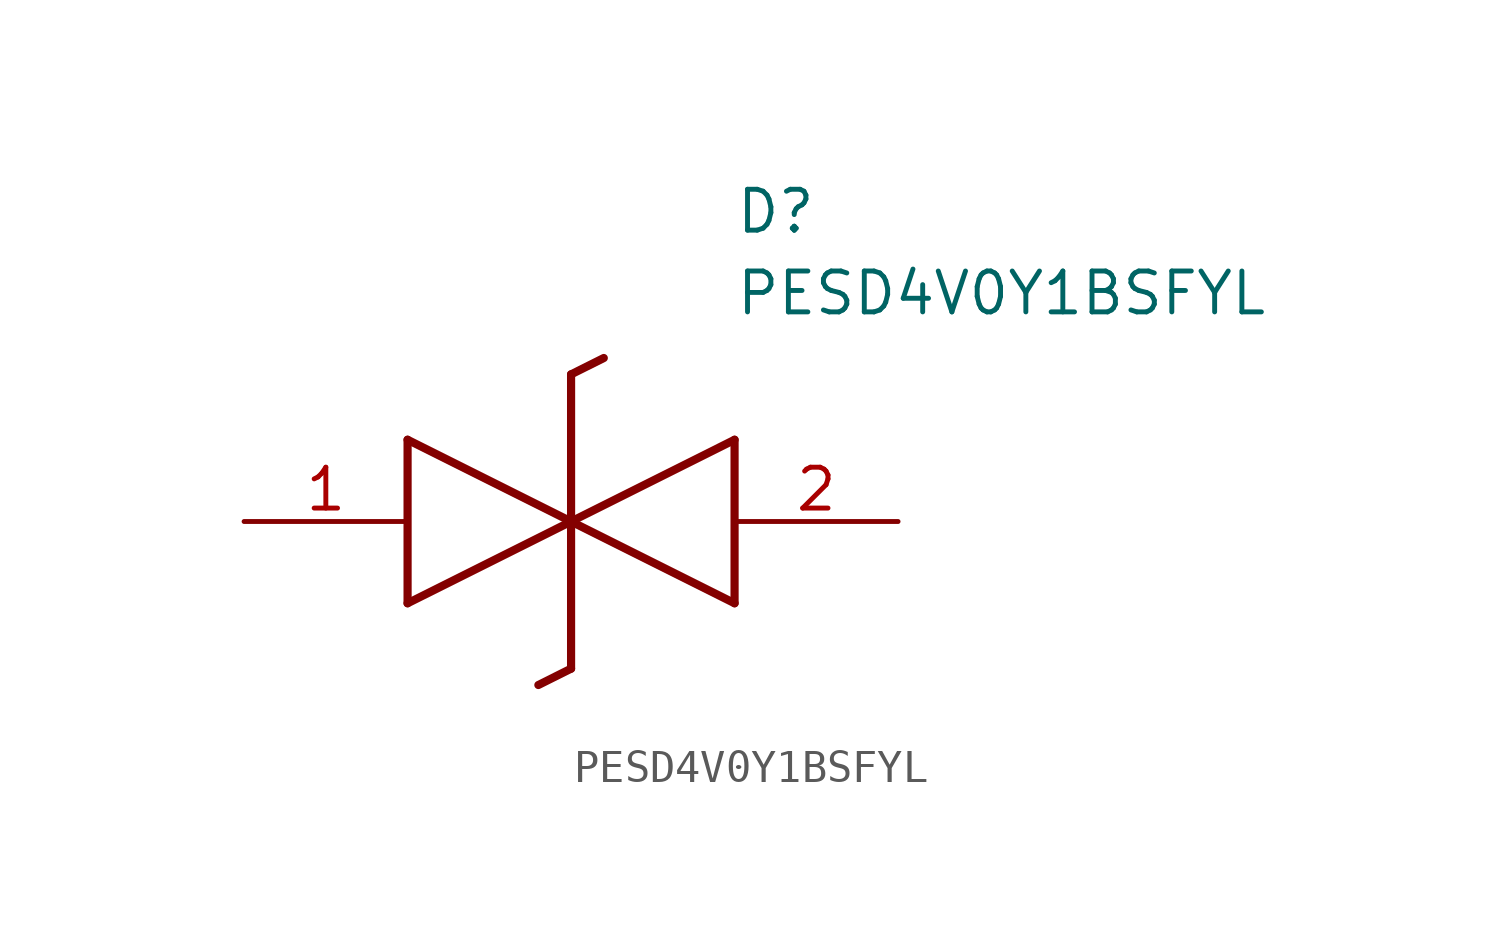
<source format=kicad_sym>
(kicad_symbol_lib
  (version 20211014)
  (generator SamacSys_ECAD_Model)
  (symbol "PESD4V0Y1BSFYL"
    (pin_names hide)
    (property "Reference" "D"
      (at 15.24 8.89 0)
      (effects (font (size 1.27 1.27)) (justify left bottom)))
    (property "Value" "PESD4V0Y1BSFYL"
      (at 15.24 6.35 0)
      (effects (font (size 1.27 1.27)) (justify left bottom)))
    (polyline
      (pts (xy 10.16 0) (xy 5.08 -2.54))
      (stroke (width 0.254) (type default))
      (fill (type none)))
    (polyline
      (pts (xy 5.08 2.54) (xy 5.08 -2.54))
      (stroke (width 0.254) (type default))
      (fill (type none)))
    (polyline
      (pts (xy 5.08 2.54) (xy 10.16 0))
      (stroke (width 0.254) (type default))
      (fill (type none)))
    (polyline
      (pts (xy 10.16 0) (xy 15.24 -2.54))
      (stroke (width 0.254) (type default))
      (fill (type none)))
    (polyline
      (pts (xy 15.24 2.54) (xy 15.24 -2.54))
      (stroke (width 0.254) (type default))
      (fill (type none)))
    (polyline
      (pts (xy 15.24 2.54) (xy 10.16 0))
      (stroke (width 0.254) (type default))
      (fill (type none)))
    (polyline
      (pts (xy 10.16 -4.572) (xy 10.16 4.572))
      (stroke (width 0.254) (type default))
      (fill (type none)))
    (polyline
      (pts (xy 11.176 5.08) (xy 10.16 4.572))
      (stroke (width 0.254) (type default))
      (fill (type none)))
    (polyline
      (pts (xy 10.16 -4.572) (xy 9.144 -5.08))
      (stroke (width 0.254) (type default))
      (fill (type none)))
    (pin passive line
      (at 0 0 0)
      (length 5.08)
      (name "K1" (effects (font (size 1.27 1.27))))
      (number "1" (effects (font (size 1.27 1.27)))))
    (pin passive line
      (at 20.32 0 180)
      (length 5.08)
      (name "K2" (effects (font (size 1.27 1.27))))
      (number "2" (effects (font (size 1.27 1.27)))))))
</source>
